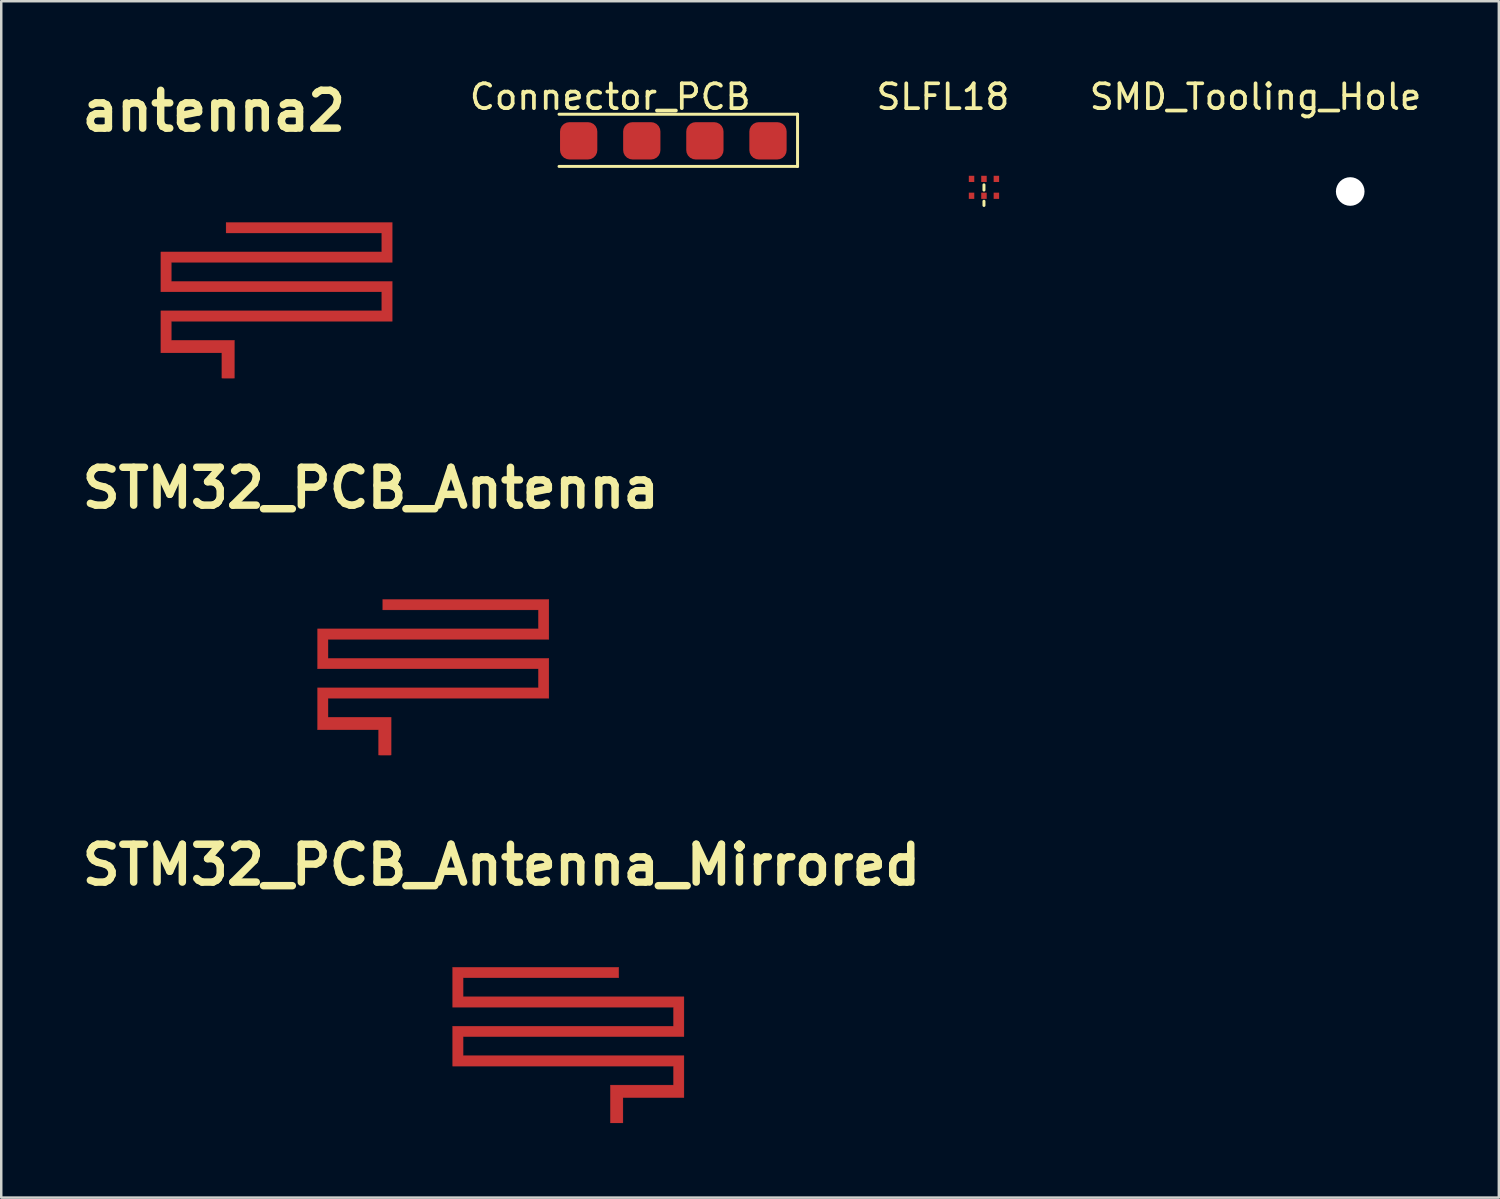
<source format=kicad_pcb>
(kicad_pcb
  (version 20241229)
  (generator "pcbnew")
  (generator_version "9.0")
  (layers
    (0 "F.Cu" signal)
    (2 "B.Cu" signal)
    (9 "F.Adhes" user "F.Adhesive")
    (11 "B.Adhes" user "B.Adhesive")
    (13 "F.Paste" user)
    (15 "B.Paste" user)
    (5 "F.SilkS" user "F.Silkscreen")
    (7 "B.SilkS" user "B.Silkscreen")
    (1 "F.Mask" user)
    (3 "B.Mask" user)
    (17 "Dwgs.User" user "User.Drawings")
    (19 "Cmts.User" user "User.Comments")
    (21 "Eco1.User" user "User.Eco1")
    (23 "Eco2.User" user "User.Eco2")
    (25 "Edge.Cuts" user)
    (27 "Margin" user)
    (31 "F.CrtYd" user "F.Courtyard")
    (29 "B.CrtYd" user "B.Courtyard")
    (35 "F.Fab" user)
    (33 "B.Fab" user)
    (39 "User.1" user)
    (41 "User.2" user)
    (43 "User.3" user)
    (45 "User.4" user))
  (footprint "antenna2"
    (layer "F.Cu")
    (at 8.099 9.038)
    (property "Reference" "antenna2" (at -2.54 -7.62 0) (layer "F.SilkS") (effects (font (size 1.524 1.524) (thickness 0.3))))
    (attr through_hole)
    (fp_poly (pts (xy 4.639 -1.525) (xy -4.251 -1.525) (xy -4.251 -0.763) (xy 4.639 -0.763) (xy 4.639 0.846) (xy -4.251 0.846) (xy -4.251 1.608) (xy -1.711 1.608) (xy -1.711 3.132) (xy -2.219 3.132) (xy -2.219 2.116) (xy -4.674 2.116) (xy -4.674 0.422) (xy 4.216 0.422) (xy 4.216 -0.34) (xy -4.674 -0.34) (xy -4.674 -1.948) (xy 4.216 -1.948) (xy 4.216 -2.71) (xy -2.05 -2.71) (xy -2.05 -3.134) (xy 4.639 -3.134) (xy 4.639 -1.525)) (stroke (width 0.01) (type solid)) (fill yes) (layer "F.Cu"))
    (fp_poly (pts (xy 4.641 -1.529) (xy -4.249 -1.529) (xy -4.249 -0.767) (xy 4.641 -0.767) (xy 4.641 0.842) (xy -4.249 0.842) (xy -4.249 1.604) (xy -1.709 1.604) (xy -1.709 3.128) (xy -2.217 3.128) (xy -2.217 2.112) (xy -4.673 2.112) (xy -4.673 0.418) (xy 4.217 0.418) (xy 4.217 -0.344) (xy -4.673 -0.344) (xy -4.673 -1.952) (xy 4.217 -1.952) (xy 4.217 -2.714) (xy -0.837 -2.717) (xy -0.837 -3.14) (xy 4.641 -3.138) (xy 4.641 -1.529)) (stroke (width 0.01) (type solid)) (fill yes) (layer "F.Mask"))
    (pad "1" smd rect (at -1.958 2.931) (size 0.4 0.4) (layers "F.Cu" "F.Mask" "F.Paste")))
  (footprint "STM32_PCB_Antenna"
    (layer "F.Cu")
    (at 14.413 24.213)
    (property "Reference" "STM32_PCB_Antenna" (at -2.54 -7.62 0) (layer "F.SilkS") (effects (font (size 1.524 1.524) (thickness 0.3))))
    (attr through_hole)
    (fp_poly (pts (xy 4.63 -1.527) (xy -4.26 -1.527) (xy -4.26 -0.765) (xy 4.63 -0.765) (xy 4.63 0.843) (xy -4.26 0.843) (xy -4.26 1.605) (xy -1.72 1.605) (xy -1.72 3.129) (xy -2.228 3.129) (xy -2.228 2.113) (xy -4.684 2.113) (xy -4.684 0.42) (xy 4.206 0.42) (xy 4.206 -0.342) (xy -4.684 -0.342) (xy -4.684 -1.951) (xy 4.206 -1.951) (xy 4.206 -2.713) (xy -2.059 -2.713) (xy -2.059 -3.136) (xy 4.63 -3.136) (xy 4.63 -1.527)) (stroke (width 0.01) (type solid)) (fill yes) (layer "F.Cu"))
    (fp_poly (pts (xy -0.767 -2.692) (xy -2.103 -2.692) (xy -2.103 -3.16) (xy -0.767 -3.16)) (stroke (width 0) (type solid)) (fill yes) (layer "F.Mask"))
    (pad "1" smd rect (at -1.958 2.931) (size 0.4 0.4) (layers "F.Cu" "F.Mask" "F.Paste")))
  (footprint "Connector_PCB"
    (layer "F.Cu")
    (at 24.052 1.348)
    (property "Reference" "Connector_PCB" (at -2.54 -0.5 0) (layer "F.SilkS") (effects (font (size 1 1) (thickness 0.15))))
    (attr through_hole)
    (fp_line (start -4.6 0.2) (end 5 0.2) (stroke (width 0.12) (type solid)) (layer "F.SilkS"))
    (fp_line (start 5 0.2) (end 5 2.3) (stroke (width 0.12) (type solid)) (layer "F.SilkS"))
    (fp_line (start 5 2.3) (end -4.6 2.3) (stroke (width 0.12) (type solid)) (layer "F.SilkS"))
    (pad "1" smd roundrect (at -3.81 1.27) (size 1.5 1.5) (layers "F.Cu" "F.Mask" "F.Paste") (roundrect_rratio 0.25))
    (pad "2" smd roundrect (at -1.27 1.27) (size 1.5 1.5) (layers "F.Cu" "F.Mask" "F.Paste") (roundrect_rratio 0.25))
    (pad "3" smd roundrect (at 1.27 1.27) (size 1.5 1.5) (layers "F.Cu" "F.Mask" "F.Paste") (roundrect_rratio 0.25))
    (pad "4" smd roundrect (at 3.81 1.27) (size 1.5 1.5) (layers "F.Cu" "F.Mask" "F.Paste") (roundrect_rratio 0.25)))
  (footprint "SMD_Tooling_Hole"
    (layer "F.Cu")
    (at 51.297 4.658)
    (property "Reference" "SMD_Tooling_Hole" (at -3.81 -3.81 0) (layer "F.SilkS") (effects (font (size 1 1) (thickness 0.15))))
    (attr through_hole)
    (pad "" np_thru_hole circle (at 0 0) (size 1.152 1.152) (drill 1.152) (layers "*.Cu" "*.Mask")))
  (footprint "SLFL18"
    (layer "F.Cu")
    (at 36.555 4.15)
    (property "Reference" "SLFL18" (at -1.651 -3.302 0) (layer "F.SilkS") (effects (font (size 1 1) (thickness 0.15))))
    (attr through_hole)
    (fp_line (start 0 0.45) (end 0 0.24) (stroke (width 0.12) (type solid)) (layer "F.SilkS"))
    (fp_line (start 0 0.9) (end 0 1.07) (stroke (width 0.12) (type solid)) (layer "F.SilkS"))
    (pad "1" smd rect (at -0.5 0) (size 0.22 0.25) (layers "F.Cu" "F.Mask" "F.Paste"))
    (pad "2" smd rect (at 0 0) (size 0.22 0.25) (layers "F.Cu" "F.Mask" "F.Paste"))
    (pad "3" smd rect (at 0.5 0) (size 0.22 0.25) (layers "F.Cu" "F.Mask" "F.Paste"))
    (pad "4" smd rect (at 0.5 0.68) (size 0.22 0.25) (layers "F.Cu" "F.Mask" "F.Paste"))
    (pad "5" smd rect (at 0 0.68) (size 0.22 0.25) (layers "F.Cu" "F.Mask" "F.Paste"))
    (pad "6" smd rect (at -0.5 0.68) (size 0.22 0.25) (layers "F.Cu" "F.Mask" "F.Paste")))
  (footprint "STM32_PCB_Antenna_Mirrored"
    (layer "F.Cu")
    (at 19.674 39.385)
    (property "Reference" "STM32_PCB_Antenna_Mirrored" (at -2.54 -7.62 0) (layer "F.SilkS") (effects (font (size 1.524 1.524) (thickness 0.3))))
    (attr through_hole)
    (fp_poly (pts (xy -4.508 -1.893) (xy 4.382 -1.893) (xy 4.382 -1.131) (xy -4.508 -1.131) (xy -4.508 0.478) (xy 4.382 0.478) (xy 4.382 1.24) (xy 1.842 1.24) (xy 1.842 2.764) (xy 2.35 2.764) (xy 2.35 1.748) (xy 4.806 1.748) (xy 4.806 0.054) (xy -4.084 0.054) (xy -4.084 -0.708) (xy 4.806 -0.708) (xy 4.806 -2.316) (xy -4.084 -2.316) (xy -4.084 -3.078) (xy 2.181 -3.078) (xy 2.181 -3.502) (xy -4.508 -3.502) (xy -4.508 -1.893)) (stroke (width 0.01) (type solid)) (fill yes) (layer "F.Cu"))
    (fp_poly (pts (xy 0.889 -3.058) (xy 2.225 -3.058) (xy 2.225 -3.526) (xy 0.889 -3.526)) (stroke (width 0) (type solid)) (fill yes) (layer "F.Mask"))
    (pad "1" smd rect (at 2.08 2.565) (size 0.4 0.4) (layers "F.Cu" "F.Mask" "F.Paste")))
  (gr_rect
    (start -3 -3)
    (end 57.279 45.154)
    (stroke (width 0.1) (type default))
    (fill no)
    (layer "Edge.Cuts")))
</source>
